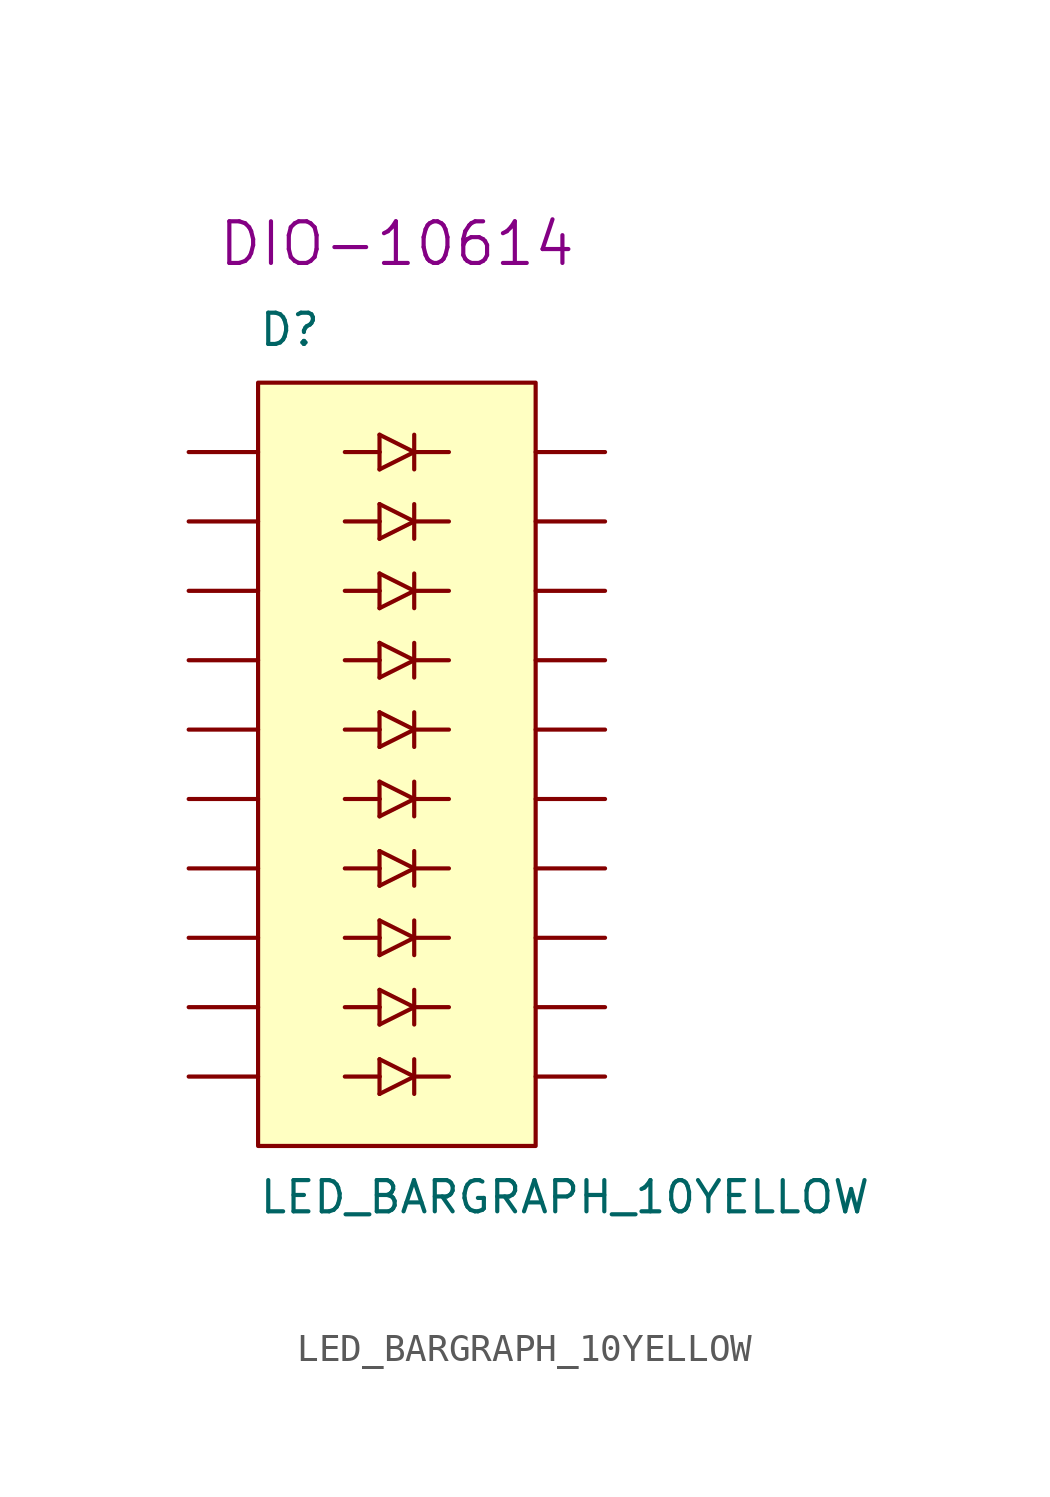
<source format=kicad_sym>
(kicad_symbol_lib
  (version 20211014)
  (generator kicad_symbol_editor)
  (symbol "LED_BARGRAPH_10YELLOW"
    (pin_numbers hide)
    (pin_names
      (offset 1.016) hide)
    (property "Reference" "D"
      (at -5.08 13.97 0)
      (effects (font (size 1.143 1.143)) (justify left bottom)))
    (property "Value" "LED_BARGRAPH_10YELLOW"
      (at -5.08 -17.78 0)
      (effects (font (size 1.143 1.143)) (justify left bottom)))
    (property "Field4" "DIO-10614"
      (at 0 17.78 0)
      (effects (font (size 1.524 1.524))))
    (property "ki_locked" ""
      (at 0 0 0)
      (effects (font (size 1.27 1.27))))
    (symbol "LED_BARGRAPH_10YELLOW_1_0"
      (polyline (pts (xy -1.905 -12.7) (xy -0.635 -12.7)) (stroke (width 0) (type default) (color 0 0 0 0)) (fill (type none)))
      (polyline (pts (xy -1.905 -10.16) (xy -0.635 -10.16)) (stroke (width 0) (type default) (color 0 0 0 0)) (fill (type none)))
      (polyline (pts (xy -1.905 -7.62) (xy -0.635 -7.62)) (stroke (width 0) (type default) (color 0 0 0 0)) (fill (type none)))
      (polyline (pts (xy -1.905 -5.08) (xy -0.635 -5.08)) (stroke (width 0) (type default) (color 0 0 0 0)) (fill (type none)))
      (polyline (pts (xy -1.905 -2.54) (xy -0.635 -2.54)) (stroke (width 0) (type default) (color 0 0 0 0)) (fill (type none)))
      (polyline (pts (xy -1.905 0) (xy -0.635 0)) (stroke (width 0) (type default) (color 0 0 0 0)) (fill (type none)))
      (polyline (pts (xy -1.905 2.54) (xy -0.635 2.54)) (stroke (width 0) (type default) (color 0 0 0 0)) (fill (type none)))
      (polyline (pts (xy -1.905 5.08) (xy -0.635 5.08)) (stroke (width 0) (type default) (color 0 0 0 0)) (fill (type none)))
      (polyline (pts (xy -1.905 7.62) (xy -0.635 7.62)) (stroke (width 0) (type default) (color 0 0 0 0)) (fill (type none)))
      (polyline (pts (xy -1.905 10.16) (xy -0.635 10.16)) (stroke (width 0) (type default) (color 0 0 0 0)) (fill (type none)))
      (polyline (pts (xy -0.635 -12.7) (xy -0.635 -13.335)) (stroke (width 0) (type default) (color 0 0 0 0)) (fill (type none)))
      (polyline (pts (xy -0.635 -12.065) (xy -0.635 -12.7)) (stroke (width 0) (type default) (color 0 0 0 0)) (fill (type none)))
      (polyline (pts (xy -0.635 -12.065) (xy 0.635 -12.7)) (stroke (width 0) (type default) (color 0 0 0 0)) (fill (type none)))
      (polyline (pts (xy -0.635 -10.16) (xy -0.635 -10.795)) (stroke (width 0) (type default) (color 0 0 0 0)) (fill (type none)))
      (polyline (pts (xy -0.635 -9.525) (xy -0.635 -10.16)) (stroke (width 0) (type default) (color 0 0 0 0)) (fill (type none)))
      (polyline (pts (xy -0.635 -9.525) (xy 0.635 -10.16)) (stroke (width 0) (type default) (color 0 0 0 0)) (fill (type none)))
      (polyline (pts (xy -0.635 -7.62) (xy -0.635 -8.255)) (stroke (width 0) (type default) (color 0 0 0 0)) (fill (type none)))
      (polyline (pts (xy -0.635 -6.985) (xy -0.635 -7.62)) (stroke (width 0) (type default) (color 0 0 0 0)) (fill (type none)))
      (polyline (pts (xy -0.635 -6.985) (xy 0.635 -7.62)) (stroke (width 0) (type default) (color 0 0 0 0)) (fill (type none)))
      (polyline (pts (xy -0.635 -5.08) (xy -0.635 -5.715)) (stroke (width 0) (type default) (color 0 0 0 0)) (fill (type none)))
      (polyline (pts (xy -0.635 -4.445) (xy -0.635 -5.08)) (stroke (width 0) (type default) (color 0 0 0 0)) (fill (type none)))
      (polyline (pts (xy -0.635 -4.445) (xy 0.635 -5.08)) (stroke (width 0) (type default) (color 0 0 0 0)) (fill (type none)))
      (polyline (pts (xy -0.635 -2.54) (xy -0.635 -3.175)) (stroke (width 0) (type default) (color 0 0 0 0)) (fill (type none)))
      (polyline (pts (xy -0.635 -1.905) (xy -0.635 -2.54)) (stroke (width 0) (type default) (color 0 0 0 0)) (fill (type none)))
      (polyline (pts (xy -0.635 -1.905) (xy 0.635 -2.54)) (stroke (width 0) (type default) (color 0 0 0 0)) (fill (type none)))
      (polyline (pts (xy -0.635 0) (xy -0.635 -0.635)) (stroke (width 0) (type default) (color 0 0 0 0)) (fill (type none)))
      (polyline (pts (xy -0.635 0.635) (xy -0.635 0)) (stroke (width 0) (type default) (color 0 0 0 0)) (fill (type none)))
      (polyline (pts (xy -0.635 0.635) (xy 0.635 0)) (stroke (width 0) (type default) (color 0 0 0 0)) (fill (type none)))
      (polyline (pts (xy -0.635 2.54) (xy -0.635 1.905)) (stroke (width 0) (type default) (color 0 0 0 0)) (fill (type none)))
      (polyline (pts (xy -0.635 3.175) (xy -0.635 2.54)) (stroke (width 0) (type default) (color 0 0 0 0)) (fill (type none)))
      (polyline (pts (xy -0.635 3.175) (xy 0.635 2.54)) (stroke (width 0) (type default) (color 0 0 0 0)) (fill (type none)))
      (polyline (pts (xy -0.635 5.08) (xy -0.635 4.445)) (stroke (width 0) (type default) (color 0 0 0 0)) (fill (type none)))
      (polyline (pts (xy -0.635 5.715) (xy -0.635 5.08)) (stroke (width 0) (type default) (color 0 0 0 0)) (fill (type none)))
      (polyline (pts (xy -0.635 5.715) (xy 0.635 5.08)) (stroke (width 0) (type default) (color 0 0 0 0)) (fill (type none)))
      (polyline (pts (xy -0.635 7.62) (xy -0.635 6.985)) (stroke (width 0) (type default) (color 0 0 0 0)) (fill (type none)))
      (polyline (pts (xy -0.635 8.255) (xy -0.635 7.62)) (stroke (width 0) (type default) (color 0 0 0 0)) (fill (type none)))
      (polyline (pts (xy -0.635 8.255) (xy 0.635 7.62)) (stroke (width 0) (type default) (color 0 0 0 0)) (fill (type none)))
      (polyline (pts (xy -0.635 10.16) (xy -0.635 9.525)) (stroke (width 0) (type default) (color 0 0 0 0)) (fill (type none)))
      (polyline (pts (xy -0.635 10.795) (xy -0.635 10.16)) (stroke (width 0) (type default) (color 0 0 0 0)) (fill (type none)))
      (polyline (pts (xy -0.635 10.795) (xy 0.635 10.16)) (stroke (width 0) (type default) (color 0 0 0 0)) (fill (type none)))
      (polyline (pts (xy 0.635 -12.7) (xy -0.635 -13.335)) (stroke (width 0) (type default) (color 0 0 0 0)) (fill (type none)))
      (polyline (pts (xy 0.635 -12.7) (xy 0.635 -13.335)) (stroke (width 0) (type default) (color 0 0 0 0)) (fill (type none)))
      (polyline (pts (xy 0.635 -12.7) (xy 1.905 -12.7)) (stroke (width 0) (type default) (color 0 0 0 0)) (fill (type none)))
      (polyline (pts (xy 0.635 -12.065) (xy 0.635 -12.7)) (stroke (width 0) (type default) (color 0 0 0 0)) (fill (type none)))
      (polyline (pts (xy 0.635 -10.16) (xy -0.635 -10.795)) (stroke (width 0) (type default) (color 0 0 0 0)) (fill (type none)))
      (polyline (pts (xy 0.635 -10.16) (xy 0.635 -10.795)) (stroke (width 0) (type default) (color 0 0 0 0)) (fill (type none)))
      (polyline (pts (xy 0.635 -10.16) (xy 1.905 -10.16)) (stroke (width 0) (type default) (color 0 0 0 0)) (fill (type none)))
      (polyline (pts (xy 0.635 -9.525) (xy 0.635 -10.16)) (stroke (width 0) (type default) (color 0 0 0 0)) (fill (type none)))
      (polyline (pts (xy 0.635 -7.62) (xy -0.635 -8.255)) (stroke (width 0) (type default) (color 0 0 0 0)) (fill (type none)))
      (polyline (pts (xy 0.635 -7.62) (xy 0.635 -8.255)) (stroke (width 0) (type default) (color 0 0 0 0)) (fill (type none)))
      (polyline (pts (xy 0.635 -7.62) (xy 1.905 -7.62)) (stroke (width 0) (type default) (color 0 0 0 0)) (fill (type none)))
      (polyline (pts (xy 0.635 -6.985) (xy 0.635 -7.62)) (stroke (width 0) (type default) (color 0 0 0 0)) (fill (type none)))
      (polyline (pts (xy 0.635 -5.08) (xy -0.635 -5.715)) (stroke (width 0) (type default) (color 0 0 0 0)) (fill (type none)))
      (polyline (pts (xy 0.635 -5.08) (xy 0.635 -5.715)) (stroke (width 0) (type default) (color 0 0 0 0)) (fill (type none)))
      (polyline (pts (xy 0.635 -5.08) (xy 1.905 -5.08)) (stroke (width 0) (type default) (color 0 0 0 0)) (fill (type none)))
      (polyline (pts (xy 0.635 -4.445) (xy 0.635 -5.08)) (stroke (width 0) (type default) (color 0 0 0 0)) (fill (type none)))
      (polyline (pts (xy 0.635 -2.54) (xy -0.635 -3.175)) (stroke (width 0) (type default) (color 0 0 0 0)) (fill (type none)))
      (polyline (pts (xy 0.635 -2.54) (xy 0.635 -3.175)) (stroke (width 0) (type default) (color 0 0 0 0)) (fill (type none)))
      (polyline (pts (xy 0.635 -2.54) (xy 1.905 -2.54)) (stroke (width 0) (type default) (color 0 0 0 0)) (fill (type none)))
      (polyline (pts (xy 0.635 -1.905) (xy 0.635 -2.54)) (stroke (width 0) (type default) (color 0 0 0 0)) (fill (type none)))
      (polyline (pts (xy 0.635 0) (xy -0.635 -0.635)) (stroke (width 0) (type default) (color 0 0 0 0)) (fill (type none)))
      (polyline (pts (xy 0.635 0) (xy 0.635 -0.635)) (stroke (width 0) (type default) (color 0 0 0 0)) (fill (type none)))
      (polyline (pts (xy 0.635 0) (xy 1.905 0)) (stroke (width 0) (type default) (color 0 0 0 0)) (fill (type none)))
      (polyline (pts (xy 0.635 0.635) (xy 0.635 0)) (stroke (width 0) (type default) (color 0 0 0 0)) (fill (type none)))
      (polyline (pts (xy 0.635 2.54) (xy -0.635 1.905)) (stroke (width 0) (type default) (color 0 0 0 0)) (fill (type none)))
      (polyline (pts (xy 0.635 2.54) (xy 0.635 1.905)) (stroke (width 0) (type default) (color 0 0 0 0)) (fill (type none)))
      (polyline (pts (xy 0.635 2.54) (xy 1.905 2.54)) (stroke (width 0) (type default) (color 0 0 0 0)) (fill (type none)))
      (polyline (pts (xy 0.635 3.175) (xy 0.635 2.54)) (stroke (width 0) (type default) (color 0 0 0 0)) (fill (type none)))
      (polyline (pts (xy 0.635 5.08) (xy -0.635 4.445)) (stroke (width 0) (type default) (color 0 0 0 0)) (fill (type none)))
      (polyline (pts (xy 0.635 5.08) (xy 0.635 4.445)) (stroke (width 0) (type default) (color 0 0 0 0)) (fill (type none)))
      (polyline (pts (xy 0.635 5.08) (xy 1.905 5.08)) (stroke (width 0) (type default) (color 0 0 0 0)) (fill (type none)))
      (polyline (pts (xy 0.635 5.715) (xy 0.635 5.08)) (stroke (width 0) (type default) (color 0 0 0 0)) (fill (type none)))
      (polyline (pts (xy 0.635 7.62) (xy -0.635 6.985)) (stroke (width 0) (type default) (color 0 0 0 0)) (fill (type none)))
      (polyline (pts (xy 0.635 7.62) (xy 0.635 6.985)) (stroke (width 0) (type default) (color 0 0 0 0)) (fill (type none)))
      (polyline (pts (xy 0.635 7.62) (xy 1.905 7.62)) (stroke (width 0) (type default) (color 0 0 0 0)) (fill (type none)))
      (polyline (pts (xy 0.635 8.255) (xy 0.635 7.62)) (stroke (width 0) (type default) (color 0 0 0 0)) (fill (type none)))
      (polyline (pts (xy 0.635 10.16) (xy -0.635 9.525)) (stroke (width 0) (type default) (color 0 0 0 0)) (fill (type none)))
      (polyline (pts (xy 0.635 10.16) (xy 0.635 9.525)) (stroke (width 0) (type default) (color 0 0 0 0)) (fill (type none)))
      (polyline (pts (xy 0.635 10.16) (xy 1.905 10.16)) (stroke (width 0) (type default) (color 0 0 0 0)) (fill (type none)))
      (polyline (pts (xy 0.635 10.795) (xy 0.635 10.16)) (stroke (width 0) (type default) (color 0 0 0 0)) (fill (type none))))
    (symbol "LED_BARGRAPH_10YELLOW_1_1"
      (polyline (pts (xy -5.08 12.7) (xy 5.08 12.7) (xy 5.08 -15.24) (xy -5.08 -15.24) (xy -5.08 12.7)) (stroke (width 0) (type default) (color 0 0 0 0)) (fill (type background)))
      (pin passive line (at -7.62 10.16 0) (length 2.54) (name "A" (effects (font (size 1.016 1.016)))) (number "1" (effects (font (size 1.016 1.016)))))
      (pin passive line (at -7.62 -12.7 0) (length 2.54) (name "A9" (effects (font (size 1.016 1.016)))) (number "10" (effects (font (size 1.016 1.016)))))
      (pin passive line (at 7.62 -12.7 180) (length 2.54) (name "C9" (effects (font (size 1.016 1.016)))) (number "11" (effects (font (size 1.016 1.016)))))
      (pin passive line (at 7.62 -10.16 180) (length 2.54) (name "C8" (effects (font (size 1.016 1.016)))) (number "12" (effects (font (size 1.016 1.016)))))
      (pin passive line (at 7.62 -7.62 180) (length 2.54) (name "C7" (effects (font (size 1.016 1.016)))) (number "13" (effects (font (size 1.016 1.016)))))
      (pin passive line (at 7.62 -5.08 180) (length 2.54) (name "C6" (effects (font (size 1.016 1.016)))) (number "14" (effects (font (size 1.016 1.016)))))
      (pin passive line (at 7.62 -2.54 180) (length 2.54) (name "C5" (effects (font (size 1.016 1.016)))) (number "15" (effects (font (size 1.016 1.016)))))
      (pin passive line (at 7.62 0 180) (length 2.54) (name "C4" (effects (font (size 1.016 1.016)))) (number "16" (effects (font (size 1.016 1.016)))))
      (pin passive line (at 7.62 2.54 180) (length 2.54) (name "C3" (effects (font (size 1.016 1.016)))) (number "17" (effects (font (size 1.016 1.016)))))
      (pin passive line (at 7.62 5.08 180) (length 2.54) (name "C2" (effects (font (size 1.016 1.016)))) (number "18" (effects (font (size 1.016 1.016)))))
      (pin passive line (at 7.62 7.62 180) (length 2.54) (name "C1" (effects (font (size 1.016 1.016)))) (number "19" (effects (font (size 1.016 1.016)))))
      (pin passive line (at -7.62 7.62 0) (length 2.54) (name "A1" (effects (font (size 1.016 1.016)))) (number "2" (effects (font (size 1.016 1.016)))))
      (pin passive line (at 7.62 10.16 180) (length 2.54) (name "C" (effects (font (size 1.016 1.016)))) (number "20" (effects (font (size 1.016 1.016)))))
      (pin passive line (at -7.62 5.08 0) (length 2.54) (name "A2" (effects (font (size 1.016 1.016)))) (number "3" (effects (font (size 1.016 1.016)))))
      (pin passive line (at -7.62 2.54 0) (length 2.54) (name "A3" (effects (font (size 1.016 1.016)))) (number "4" (effects (font (size 1.016 1.016)))))
      (pin passive line (at -7.62 0 0) (length 2.54) (name "A4" (effects (font (size 1.016 1.016)))) (number "5" (effects (font (size 1.016 1.016)))))
      (pin passive line (at -7.62 -2.54 0) (length 2.54) (name "A5" (effects (font (size 1.016 1.016)))) (number "6" (effects (font (size 1.016 1.016)))))
      (pin passive line (at -7.62 -5.08 0) (length 2.54) (name "A6" (effects (font (size 1.016 1.016)))) (number "7" (effects (font (size 1.016 1.016)))))
      (pin passive line (at -7.62 -7.62 0) (length 2.54) (name "A7" (effects (font (size 1.016 1.016)))) (number "8" (effects (font (size 1.016 1.016)))))
      (pin passive line (at -7.62 -10.16 0) (length 2.54) (name "A8" (effects (font (size 1.016 1.016)))) (number "9" (effects (font (size 1.016 1.016))))))))
</source>
